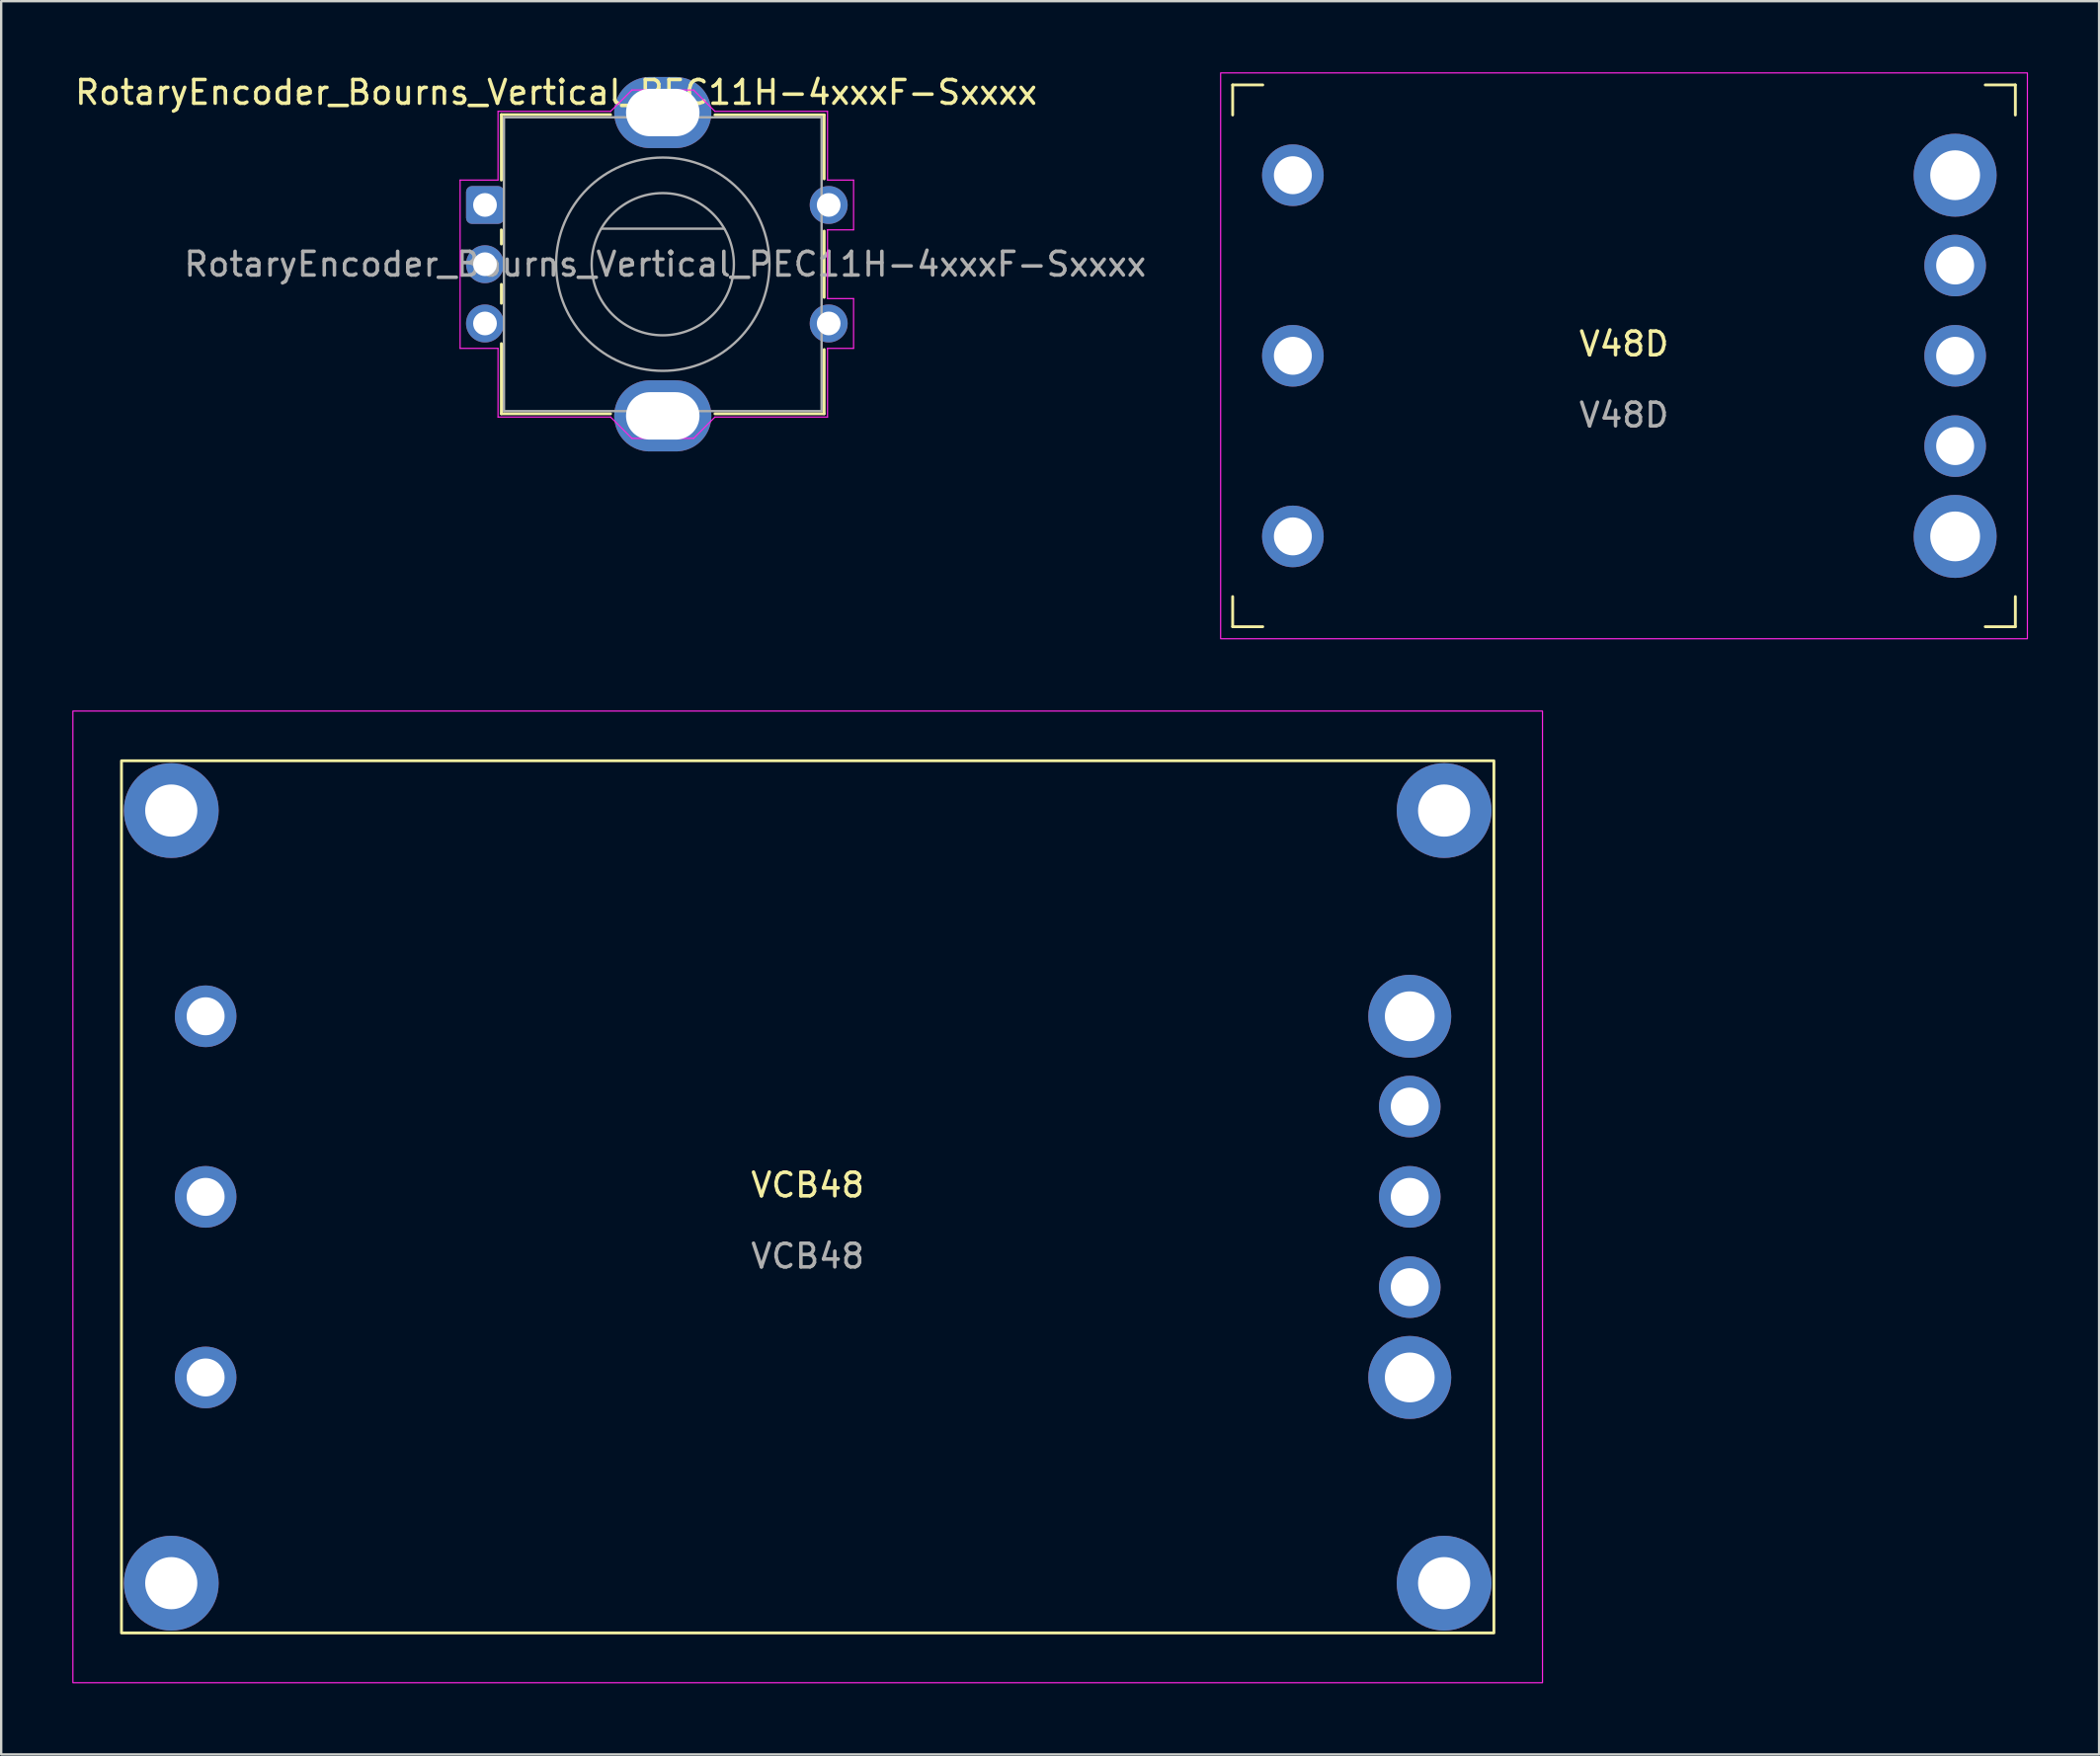
<source format=kicad_pcb>
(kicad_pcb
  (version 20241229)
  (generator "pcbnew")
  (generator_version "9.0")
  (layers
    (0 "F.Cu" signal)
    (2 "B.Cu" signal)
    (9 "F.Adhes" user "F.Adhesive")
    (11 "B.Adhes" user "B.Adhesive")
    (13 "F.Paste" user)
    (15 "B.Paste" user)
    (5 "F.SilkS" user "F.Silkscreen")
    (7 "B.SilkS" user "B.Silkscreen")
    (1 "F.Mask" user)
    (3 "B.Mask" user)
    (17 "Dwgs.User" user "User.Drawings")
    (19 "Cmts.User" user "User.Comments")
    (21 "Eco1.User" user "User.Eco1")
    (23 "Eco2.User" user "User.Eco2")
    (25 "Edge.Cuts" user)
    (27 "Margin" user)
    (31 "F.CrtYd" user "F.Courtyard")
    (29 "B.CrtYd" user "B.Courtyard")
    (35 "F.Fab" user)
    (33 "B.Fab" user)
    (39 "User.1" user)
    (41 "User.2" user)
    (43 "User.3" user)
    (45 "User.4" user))
  (footprint "VCB48"
    (layer "F.Cu")
    (at 31.025 47.451)
    (property "Reference" "VCB48" (at 0 -0.5 0) (unlocked yes) (layer "F.SilkS") (effects (font (size 1 1) (thickness 0.15))))
    (attr through_hole)
    (fp_rect (start -28.95 -18.4) (end 28.95 18.4) (stroke (width 0.12) (type default)) (fill no) (layer "F.SilkS"))
    (fp_rect (start -31 -20.5) (end 31 20.5) (stroke (width 0.05) (type default)) (fill no) (layer "F.CrtYd"))
    (fp_text user "${REFERENCE}" (at 0 2.5 0) (unlocked yes) (layer "F.Fab") (effects (font (size 1 1) (thickness 0.15))))
    (pad "" np_thru_hole circle (at -26.85 -16.3) (size 4 4) (drill 2.2) (layers "*.Cu" "*.Mask"))
    (pad "" np_thru_hole circle (at -26.85 16.3) (size 4 4) (drill 2.2) (layers "*.Cu" "*.Mask"))
    (pad "" np_thru_hole circle (at 26.85 -16.3) (size 4 4) (drill 2.2) (layers "*.Cu" "*.Mask"))
    (pad "" np_thru_hole circle (at 26.85 16.3) (size 4 4) (drill 2.2) (layers "*.Cu" "*.Mask"))
    (pad "1" thru_hole circle (at -25.4 -7.62) (size 2.6 2.6) (drill 1.6) (layers "*.Cu" "*.Mask"))
    (pad "2" thru_hole circle (at -25.4 0) (size 2.6 2.6) (drill 1.6) (layers "*.Cu" "*.Mask"))
    (pad "3" thru_hole circle (at -25.4 7.62) (size 2.6 2.6) (drill 1.6) (layers "*.Cu" "*.Mask"))
    (pad "4" thru_hole circle (at 25.4 7.62) (size 3.5 3.5) (drill 2.1) (layers "*.Cu" "*.Mask"))
    (pad "5" thru_hole circle (at 25.4 3.81) (size 2.6 2.6) (drill 1.6) (layers "*.Cu" "*.Mask"))
    (pad "6" thru_hole circle (at 25.4 0) (size 2.6 2.6) (drill 1.6) (layers "*.Cu" "*.Mask"))
    (pad "7" thru_hole circle (at 25.4 -3.81) (size 2.6 2.6) (drill 1.6) (layers "*.Cu" "*.Mask"))
    (pad "8" thru_hole circle (at 25.4 -7.62) (size 3.5 3.5) (drill 2.1) (layers "*.Cu" "*.Mask")))
  (footprint "RotaryEncoder_Bourns_Vertical_PEC11H-4xxxF-Sxxxx"
    (layer "F.Cu")
    (at 24.911 8.098)
    (property "Reference" "RotaryEncoder_Bourns_Vertical_PEC11H-4xxxF-Sxxxx" (at -4.5 -7.25 180) (layer "F.SilkS") (effects (font (size 1 1) (thickness 0.15))))
    (attr through_hole)
    (fp_line (start -6.81 -6.31) (end -2.2 -6.31) (stroke (width 0.12) (type solid)) (layer "F.SilkS"))
    (fp_line (start -6.81 -3.55) (end -6.81 -6.31) (stroke (width 0.12) (type solid)) (layer "F.SilkS"))
    (fp_line (start -6.81 -1.45) (end -6.81 -0.85) (stroke (width 0.12) (type solid)) (layer "F.SilkS"))
    (fp_line (start -6.81 0.85) (end -6.81 1.65) (stroke (width 0.12) (type solid)) (layer "F.SilkS"))
    (fp_line (start -6.81 3.35) (end -6.81 6.31) (stroke (width 0.12) (type solid)) (layer "F.SilkS"))
    (fp_line (start -2.2 6.31) (end -6.81 6.31) (stroke (width 0.12) (type solid)) (layer "F.SilkS"))
    (fp_line (start 2.2 -6.3) (end 6.81 -6.3) (stroke (width 0.12) (type solid)) (layer "F.SilkS"))
    (fp_line (start 6.81 -6.3) (end 6.81 -3.6) (stroke (width 0.12) (type solid)) (layer "F.SilkS"))
    (fp_line (start 6.81 -1.4) (end 6.81 1.4) (stroke (width 0.12) (type solid)) (layer "F.SilkS"))
    (fp_line (start 6.81 3.6) (end 6.81 6.31) (stroke (width 0.12) (type solid)) (layer "F.SilkS"))
    (fp_line (start 6.81 6.31) (end 2.2 6.31) (stroke (width 0.12) (type solid)) (layer "F.SilkS"))
    (fp_line (start -8.55 -3.55) (end -6.95 -3.55) (stroke (width 0.05) (type solid)) (layer "F.CrtYd"))
    (fp_line (start -8.55 3.55) (end -8.55 -3.55) (stroke (width 0.05) (type solid)) (layer "F.CrtYd"))
    (fp_line (start -6.95 -6.45) (end -2.2 -6.45) (stroke (width 0.05) (type solid)) (layer "F.CrtYd"))
    (fp_line (start -6.95 -3.55) (end -6.95 -6.45) (stroke (width 0.05) (type solid)) (layer "F.CrtYd"))
    (fp_line (start -6.95 3.55) (end -8.55 3.55) (stroke (width 0.05) (type solid)) (layer "F.CrtYd"))
    (fp_line (start -6.95 6.45) (end -6.95 3.55) (stroke (width 0.05) (type solid)) (layer "F.CrtYd"))
    (fp_line (start -2.2 -6.45) (end -1.3 -7.35) (stroke (width 0.05) (type solid)) (layer "F.CrtYd"))
    (fp_line (start -2.2 6.45) (end -6.95 6.45) (stroke (width 0.05) (type solid)) (layer "F.CrtYd"))
    (fp_line (start -2.2 6.45) (end -1.3 7.35) (stroke (width 0.05) (type solid)) (layer "F.CrtYd"))
    (fp_line (start -1.3 -7.35) (end 1.3 -7.35) (stroke (width 0.05) (type solid)) (layer "F.CrtYd"))
    (fp_line (start 1.3 7.35) (end -1.3 7.35) (stroke (width 0.05) (type solid)) (layer "F.CrtYd"))
    (fp_line (start 2.2 -6.45) (end 1.3 -7.35) (stroke (width 0.05) (type solid)) (layer "F.CrtYd"))
    (fp_line (start 2.2 -6.45) (end 6.95 -6.45) (stroke (width 0.05) (type solid)) (layer "F.CrtYd"))
    (fp_line (start 2.2 6.45) (end 1.3 7.35) (stroke (width 0.05) (type solid)) (layer "F.CrtYd"))
    (fp_line (start 6.95 -6.45) (end 6.95 -3.55) (stroke (width 0.05) (type solid)) (layer "F.CrtYd"))
    (fp_line (start 6.95 -3.55) (end 8.05 -3.55) (stroke (width 0.05) (type default)) (layer "F.CrtYd"))
    (fp_line (start 6.95 -1.45) (end 6.95 1.45) (stroke (width 0.05) (type solid)) (layer "F.CrtYd"))
    (fp_line (start 6.95 1.45) (end 8.05 1.45) (stroke (width 0.05) (type default)) (layer "F.CrtYd"))
    (fp_line (start 6.95 3.55) (end 6.95 6.45) (stroke (width 0.05) (type solid)) (layer "F.CrtYd"))
    (fp_line (start 6.95 6.45) (end 2.2 6.45) (stroke (width 0.05) (type solid)) (layer "F.CrtYd"))
    (fp_line (start 8.05 -3.55) (end 8.05 -1.45) (stroke (width 0.05) (type default)) (layer "F.CrtYd"))
    (fp_line (start 8.05 -1.45) (end 6.95 -1.45) (stroke (width 0.05) (type default)) (layer "F.CrtYd"))
    (fp_line (start 8.05 1.45) (end 8.05 3.55) (stroke (width 0.05) (type default)) (layer "F.CrtYd"))
    (fp_line (start 8.05 3.55) (end 6.95 3.55) (stroke (width 0.05) (type default)) (layer "F.CrtYd"))
    (fp_line (start -6.7 -6.2) (end -6.7 6.2) (stroke (width 0.1) (type solid)) (layer "F.Fab"))
    (fp_line (start -6.7 6.2) (end 6.7 6.2) (stroke (width 0.1) (type solid)) (layer "F.Fab"))
    (fp_line (start -2.59 -1.5) (end 2.59 -1.5) (stroke (width 0.1) (type default)) (layer "F.Fab"))
    (fp_line (start 6.7 -6.2) (end -6.7 -6.2) (stroke (width 0.1) (type solid)) (layer "F.Fab"))
    (fp_line (start 6.7 6.2) (end 6.7 -6.2) (stroke (width 0.1) (type solid)) (layer "F.Fab"))
    (fp_circle (center 0 0) (end 3 0) (stroke (width 0.1) (type solid)) (fill no) (layer "F.Fab"))
    (fp_circle (center 0 0) (end 4.5 0) (stroke (width 0.1) (type default)) (fill no) (layer "F.Fab"))
    (fp_text user "${REFERENCE}" (at 0.1 0 180) (layer "F.Fab") (effects (font (size 1 1) (thickness 0.15))))
    (pad "A" thru_hole roundrect (at -7.5 -2.5) (size 1.6 1.6) (drill 1) (layers "*.Cu" "*.Mask") (roundrect_rratio 0.156))
    (pad "B" thru_hole circle (at -7.5 2.5) (size 1.6 1.6) (drill 1) (layers "*.Cu" "*.Mask"))
    (pad "C" thru_hole circle (at -7.5 0) (size 1.6 1.6) (drill 1) (layers "*.Cu" "*.Mask"))
    (pad "S1" thru_hole circle (at 7 -2.5) (size 1.6 1.6) (drill 1) (layers "*.Cu" "*.Mask"))
    (pad "S2" thru_hole circle (at 7 2.5) (size 1.6 1.6) (drill 1) (layers "*.Cu" "*.Mask"))
    (pad "SH" thru_hole oval (at 0 -6.4) (size 4.1 3) (drill oval 3.1 2) (layers "*.Cu" "*.Mask"))
    (pad "SH" thru_hole oval (at 0 6.4) (size 4.1 3) (drill oval 3.1 2) (layers "*.Cu" "*.Mask")))
  (footprint "V48D"
    (layer "F.Cu")
    (at 65.464 11.963)
    (property "Reference" "V48D" (at 0 -0.5 0) (unlocked yes) (layer "F.SilkS") (effects (font (size 1 1) (thickness 0.15))))
    (attr through_hole)
    (fp_line (start -16.51 -11.43) (end -16.51 -10.16) (stroke (width 0.12) (type default)) (layer "F.SilkS"))
    (fp_line (start -16.51 -11.43) (end -15.24 -11.43) (stroke (width 0.12) (type default)) (layer "F.SilkS"))
    (fp_line (start -16.51 11.43) (end -16.51 10.16) (stroke (width 0.12) (type default)) (layer "F.SilkS"))
    (fp_line (start -16.51 11.43) (end -15.24 11.43) (stroke (width 0.12) (type default)) (layer "F.SilkS"))
    (fp_line (start 16.51 -11.43) (end 15.24 -11.43) (stroke (width 0.12) (type default)) (layer "F.SilkS"))
    (fp_line (start 16.51 -11.43) (end 16.51 -10.16) (stroke (width 0.12) (type default)) (layer "F.SilkS"))
    (fp_line (start 16.51 11.43) (end 15.24 11.43) (stroke (width 0.12) (type default)) (layer "F.SilkS"))
    (fp_line (start 16.51 11.43) (end 16.51 10.16) (stroke (width 0.12) (type default)) (layer "F.SilkS"))
    (fp_rect (start -17.018 -11.938) (end 17.018 11.938) (stroke (width 0.05) (type default)) (fill no) (layer "F.CrtYd"))
    (fp_text user "${REFERENCE}" (at 0 2.5 0) (unlocked yes) (layer "F.Fab") (effects (font (size 1 1) (thickness 0.15))))
    (pad "1" thru_hole circle (at -13.97 -7.62) (size 2.6 2.6) (drill 1.6) (layers "*.Cu" "*.Mask"))
    (pad "2" thru_hole circle (at -13.97 0) (size 2.6 2.6) (drill 1.6) (layers "*.Cu" "*.Mask"))
    (pad "3" thru_hole circle (at -13.97 7.62) (size 2.6 2.6) (drill 1.6) (layers "*.Cu" "*.Mask"))
    (pad "4" thru_hole circle (at 13.97 7.62) (size 3.5 3.5) (drill 2.1) (layers "*.Cu" "*.Mask"))
    (pad "5" thru_hole circle (at 13.97 3.81) (size 2.6 2.6) (drill 1.6) (layers "*.Cu" "*.Mask"))
    (pad "6" thru_hole circle (at 13.97 0) (size 2.6 2.6) (drill 1.6) (layers "*.Cu" "*.Mask"))
    (pad "7" thru_hole circle (at 13.97 -3.81) (size 2.6 2.6) (drill 1.6) (layers "*.Cu" "*.Mask"))
    (pad "8" thru_hole circle (at 13.97 -7.62) (size 3.5 3.5) (drill 2.1) (layers "*.Cu" "*.Mask")))
  (gr_rect
    (start -3 -3)
    (end 85.507 70.976)
    (stroke (width 0.1) (type default))
    (fill no)
    (layer "Edge.Cuts")))
</source>
